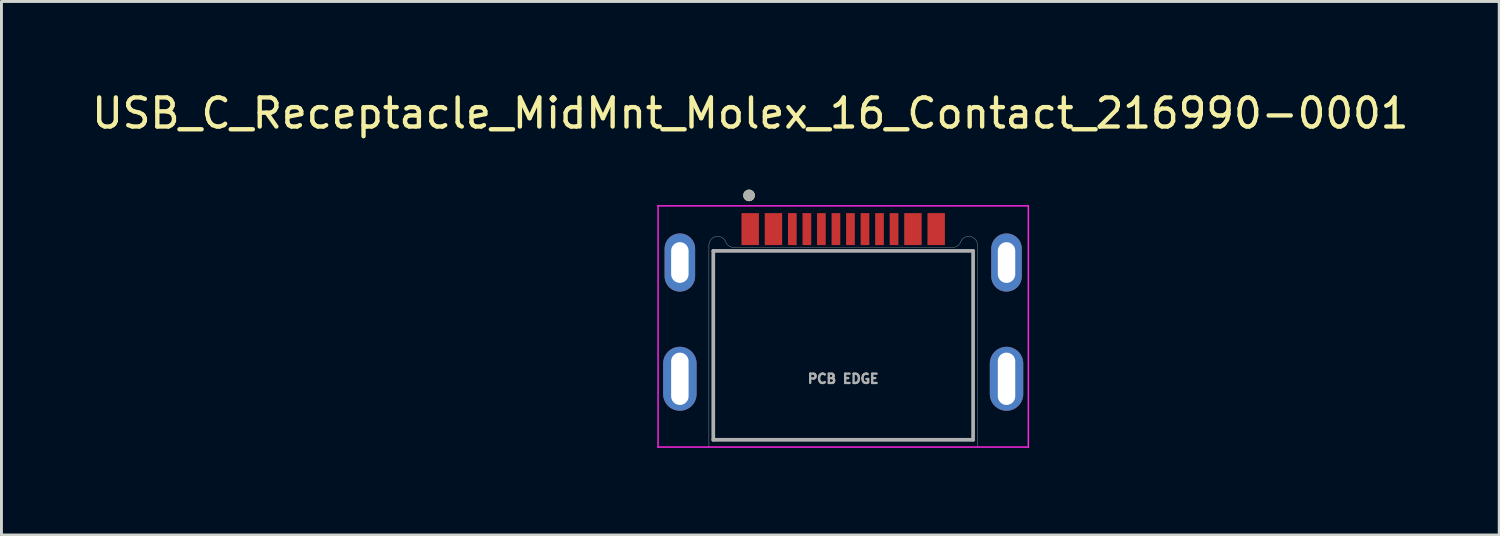
<source format=kicad_pcb>
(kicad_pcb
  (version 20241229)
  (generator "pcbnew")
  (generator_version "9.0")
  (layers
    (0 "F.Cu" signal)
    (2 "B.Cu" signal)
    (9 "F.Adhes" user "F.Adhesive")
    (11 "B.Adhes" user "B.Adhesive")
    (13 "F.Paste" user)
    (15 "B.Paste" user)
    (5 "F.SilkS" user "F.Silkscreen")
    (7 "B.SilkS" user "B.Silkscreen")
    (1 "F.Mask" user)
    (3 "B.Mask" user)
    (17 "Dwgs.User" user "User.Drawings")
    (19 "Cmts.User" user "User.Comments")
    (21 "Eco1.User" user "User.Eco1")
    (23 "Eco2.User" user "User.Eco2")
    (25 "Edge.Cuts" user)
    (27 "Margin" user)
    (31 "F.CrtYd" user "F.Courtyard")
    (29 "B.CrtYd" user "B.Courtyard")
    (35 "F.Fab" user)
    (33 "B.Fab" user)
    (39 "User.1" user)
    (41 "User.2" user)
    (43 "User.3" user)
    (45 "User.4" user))
  (footprint "USB_C_Receptacle_MidMnt_Molex_16_Contact_216990-0001"
    (layer "F.Cu")
    (at 25.963 9.983)
    (property "Reference" "USB_C_Receptacle_MidMnt_Molex_16_Contact_216990-0001" (at -3.195 -9.135 0) (layer "F.SilkS") (effects (font (size 1 1) (thickness 0.15))))
    (attr smd)
    (fp_circle (center -3.24 -6.31) (end -3.14 -6.31) (stroke (width 0.2) (type solid)) (fill no) (layer "F.SilkS"))
    (fp_line (start -4.62 2.337) (end -4.62 -4.6) (stroke (width 0.01) (type solid)) (layer "Edge.Cuts"))
    (fp_line (start -3.8 -4.521) (end 3.8 -4.521) (stroke (width 0.01) (type solid)) (layer "Edge.Cuts"))
    (fp_line (start 4.62 2.337) (end 4.62 -4.6) (stroke (width 0.01) (type solid)) (layer "Edge.Cuts"))
    (fp_arc (start -4.62 -4.6) (mid -4.397645 -4.889779) (end -4.060191 -4.750001) (stroke (width 0.01) (type solid)) (layer "Edge.Cuts"))
    (fp_arc (start -3.80038 -4.5212) (mid -3.964052 -4.596578) (end -4.05741 -4.750703) (stroke (width 0.01) (type solid)) (layer "Edge.Cuts"))
    (fp_arc (start 4.060189 -4.752841) (mid 3.965961 -4.59728) (end 3.800764 -4.5212) (stroke (width 0.01) (type solid)) (layer "Edge.Cuts"))
    (fp_arc (start 4.06019 -4.75) (mid 4.397644 -4.889779) (end 4.62 -4.600001) (stroke (width 0.01) (type solid)) (layer "Edge.Cuts"))
    (fp_line (start -6.37 -5.95) (end -6.37 2.35) (stroke (width 0.05) (type solid)) (layer "F.CrtYd"))
    (fp_line (start -6.37 2.35) (end 6.37 2.35) (stroke (width 0.05) (type solid)) (layer "F.CrtYd"))
    (fp_line (start 6.37 -5.95) (end -6.37 -5.95) (stroke (width 0.05) (type solid)) (layer "F.CrtYd"))
    (fp_line (start 6.37 2.35) (end 6.37 -5.95) (stroke (width 0.05) (type solid)) (layer "F.CrtYd"))
    (fp_line (start -4.47 -4.4) (end 4.47 -4.4) (stroke (width 0.127) (type solid)) (layer "F.Fab"))
    (fp_line (start -4.47 2.1) (end -4.47 -4.4) (stroke (width 0.127) (type solid)) (layer "F.Fab"))
    (fp_line (start -4.47 2.1) (end 4.47 2.1) (stroke (width 0.127) (type solid)) (layer "F.Fab"))
    (fp_line (start 4.47 -4.4) (end 4.47 2.1) (stroke (width 0.127) (type solid)) (layer "F.Fab"))
    (fp_circle (center -3.24 -6.31) (end -3.14 -6.31) (stroke (width 0.2) (type solid)) (fill no) (layer "F.Fab"))
    (fp_text user "PCB EDGE" (at 0 0 0) (layer "F.Fab") (effects (font (size 0.32 0.32) (thickness 0.15))))
    (pad "A1" smd rect (at -3.2 -5.15) (size 0.6 1.1) (layers "F.Cu" "F.Mask" "F.Paste"))
    (pad "A1" smd rect (at 3.2 -5.15) (size 0.6 1.1) (layers "F.Cu" "F.Mask" "F.Paste"))
    (pad "A4" smd rect (at -2.4 -5.15) (size 0.6 1.1) (layers "F.Cu" "F.Mask" "F.Paste"))
    (pad "A4" smd rect (at 2.4 -5.15) (size 0.6 1.1) (layers "F.Cu" "F.Mask" "F.Paste"))
    (pad "A5" smd rect (at -1.25 -5.15) (size 0.3 1.1) (layers "F.Cu" "F.Mask" "F.Paste"))
    (pad "A6" smd rect (at -0.25 -5.15) (size 0.3 1.1) (layers "F.Cu" "F.Mask" "F.Paste"))
    (pad "A7" smd rect (at 0.25 -5.15) (size 0.3 1.1) (layers "F.Cu" "F.Mask" "F.Paste"))
    (pad "A8" smd rect (at 1.25 -5.15) (size 0.3 1.1) (layers "F.Cu" "F.Mask" "F.Paste"))
    (pad "B5" smd rect (at 1.75 -5.15) (size 0.3 1.1) (layers "F.Cu" "F.Mask" "F.Paste"))
    (pad "B6" smd rect (at 0.75 -5.15) (size 0.3 1.1) (layers "F.Cu" "F.Mask" "F.Paste"))
    (pad "B7" smd rect (at -0.75 -5.15) (size 0.3 1.1) (layers "F.Cu" "F.Mask" "F.Paste"))
    (pad "B8" smd rect (at -1.75 -5.15) (size 0.3 1.1) (layers "F.Cu" "F.Mask" "F.Paste"))
    (pad "S1" thru_hole oval (at -5.62 -4) (size 1.05 2) (drill oval 0.6 1.4) (layers "*.Cu" "*.Mask"))
    (pad "S1" thru_hole oval (at -5.62 0) (size 1.15 2.2) (drill oval 0.6 1.8) (layers "*.Cu" "*.Mask"))
    (pad "S1" thru_hole oval (at 5.62 -4) (size 1.05 2) (drill oval 0.6 1.4) (layers "*.Cu" "*.Mask"))
    (pad "S1" thru_hole oval (at 5.62 0) (size 1.15 2.2) (drill oval 0.6 1.8) (layers "*.Cu" "*.Mask")))
  (gr_rect
    (start -3 -3)
    (end 48.536 15.358)
    (stroke (width 0.1) (type default))
    (fill no)
    (layer "Edge.Cuts")))
</source>
